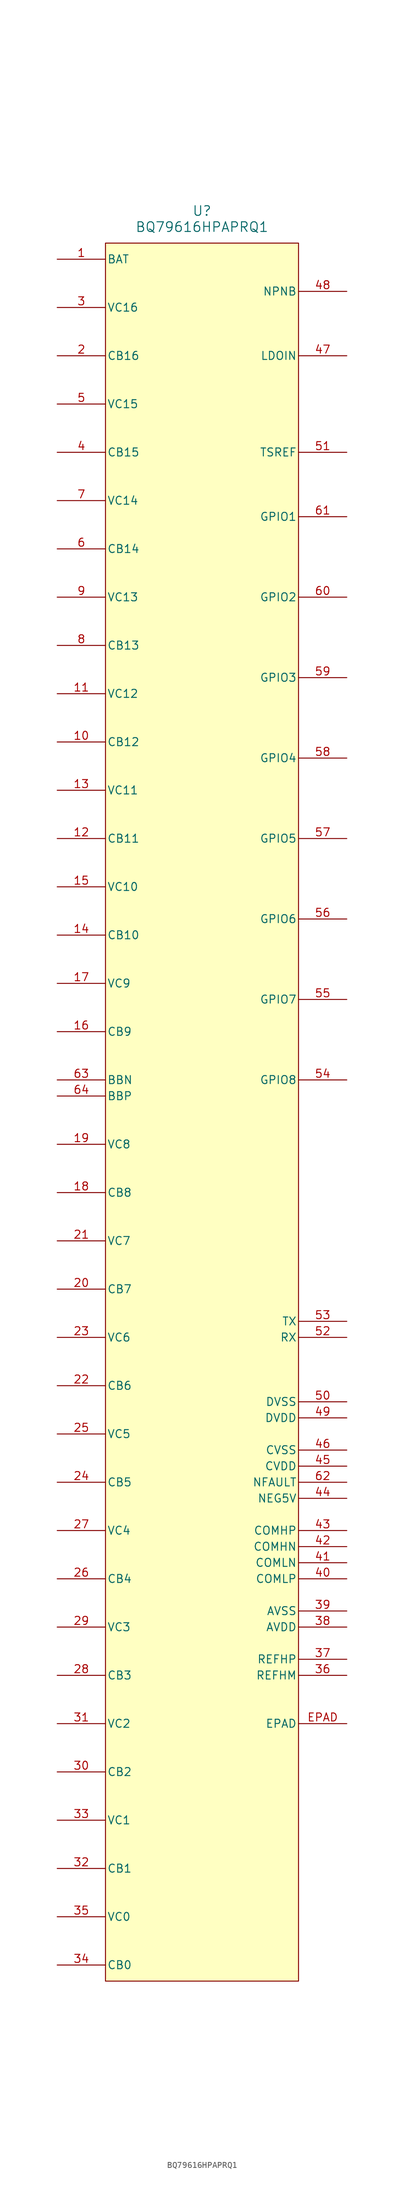
<source format=kicad_sym>
(kicad_symbol_lib
  (version 20231120)
  (generator "kicad_symbol_editor")
  (generator_version "8.0")
  (symbol "BQ79616HPAPRQ1"
    (pin_names
      (offset 0.254))
    (property "Reference" "U"
      (at 22.86 12.7 0)
      (effects (font (size 1.524 1.524))))
    (property "Value" "BQ79616HPAPRQ1"
      (at 22.86 10.16 0)
      (effects (font (size 1.524 1.524))))
    (property "ki_locked" ""
      (at 0 0 0)
      (effects (font (size 1.27 1.27))))
    (symbol "BQ79616HPAPRQ1_0_1"
      (pin power_in line (at 0 5.08 0) (length 7.62) (name "BAT" (effects (font (size 1.27 1.27)))) (number "1" (effects (font (size 1.27 1.27)))))
      (pin bidirectional line (at 0 -71.12 0) (length 7.62) (name "CB12" (effects (font (size 1.27 1.27)))) (number "10" (effects (font (size 1.27 1.27)))))
      (pin input line (at 0 -63.5 0) (length 7.62) (name "VC12" (effects (font (size 1.27 1.27)))) (number "11" (effects (font (size 1.27 1.27)))))
      (pin bidirectional line (at 0 -86.36 0) (length 7.62) (name "CB11" (effects (font (size 1.27 1.27)))) (number "12" (effects (font (size 1.27 1.27)))))
      (pin input line (at 0 -78.74 0) (length 7.62) (name "VC11" (effects (font (size 1.27 1.27)))) (number "13" (effects (font (size 1.27 1.27)))))
      (pin bidirectional line (at 0 -101.6 0) (length 7.62) (name "CB10" (effects (font (size 1.27 1.27)))) (number "14" (effects (font (size 1.27 1.27)))))
      (pin input line (at 0 -93.98 0) (length 7.62) (name "VC10" (effects (font (size 1.27 1.27)))) (number "15" (effects (font (size 1.27 1.27)))))
      (pin bidirectional line (at 0 -116.84 0) (length 7.62) (name "CB9" (effects (font (size 1.27 1.27)))) (number "16" (effects (font (size 1.27 1.27)))))
      (pin input line (at 0 -109.22 0) (length 7.62) (name "VC9" (effects (font (size 1.27 1.27)))) (number "17" (effects (font (size 1.27 1.27)))))
      (pin bidirectional line (at 0 -142.24 0) (length 7.62) (name "CB8" (effects (font (size 1.27 1.27)))) (number "18" (effects (font (size 1.27 1.27)))))
      (pin input line (at 0 -134.62 0) (length 7.62) (name "VC8" (effects (font (size 1.27 1.27)))) (number "19" (effects (font (size 1.27 1.27)))))
      (pin bidirectional line (at 0 -10.16 0) (length 7.62) (name "CB16" (effects (font (size 1.27 1.27)))) (number "2" (effects (font (size 1.27 1.27)))))
      (pin bidirectional line (at 0 -157.48 0) (length 7.62) (name "CB7" (effects (font (size 1.27 1.27)))) (number "20" (effects (font (size 1.27 1.27)))))
      (pin input line (at 0 -149.86 0) (length 7.62) (name "VC7" (effects (font (size 1.27 1.27)))) (number "21" (effects (font (size 1.27 1.27)))))
      (pin bidirectional line (at 0 -172.72 0) (length 7.62) (name "CB6" (effects (font (size 1.27 1.27)))) (number "22" (effects (font (size 1.27 1.27)))))
      (pin input line (at 0 -165.1 0) (length 7.62) (name "VC6" (effects (font (size 1.27 1.27)))) (number "23" (effects (font (size 1.27 1.27)))))
      (pin bidirectional line (at 0 -187.96 0) (length 7.62) (name "CB5" (effects (font (size 1.27 1.27)))) (number "24" (effects (font (size 1.27 1.27)))))
      (pin input line (at 0 -180.34 0) (length 7.62) (name "VC5" (effects (font (size 1.27 1.27)))) (number "25" (effects (font (size 1.27 1.27)))))
      (pin bidirectional line (at 0 -203.2 0) (length 7.62) (name "CB4" (effects (font (size 1.27 1.27)))) (number "26" (effects (font (size 1.27 1.27)))))
      (pin input line (at 0 -195.58 0) (length 7.62) (name "VC4" (effects (font (size 1.27 1.27)))) (number "27" (effects (font (size 1.27 1.27)))))
      (pin bidirectional line (at 0 -218.44 0) (length 7.62) (name "CB3" (effects (font (size 1.27 1.27)))) (number "28" (effects (font (size 1.27 1.27)))))
      (pin input line (at 0 -210.82 0) (length 7.62) (name "VC3" (effects (font (size 1.27 1.27)))) (number "29" (effects (font (size 1.27 1.27)))))
      (pin input line (at 0 -2.54 0) (length 7.62) (name "VC16" (effects (font (size 1.27 1.27)))) (number "3" (effects (font (size 1.27 1.27)))))
      (pin bidirectional line (at 0 -233.68 0) (length 7.62) (name "CB2" (effects (font (size 1.27 1.27)))) (number "30" (effects (font (size 1.27 1.27)))))
      (pin input line (at 0 -226.06 0) (length 7.62) (name "VC2" (effects (font (size 1.27 1.27)))) (number "31" (effects (font (size 1.27 1.27)))))
      (pin bidirectional line (at 0 -248.92 0) (length 7.62) (name "CB1" (effects (font (size 1.27 1.27)))) (number "32" (effects (font (size 1.27 1.27)))))
      (pin input line (at 0 -241.3 0) (length 7.62) (name "VC1" (effects (font (size 1.27 1.27)))) (number "33" (effects (font (size 1.27 1.27)))))
      (pin bidirectional line (at 0 -264.16 0) (length 7.62) (name "CB0" (effects (font (size 1.27 1.27)))) (number "34" (effects (font (size 1.27 1.27)))))
      (pin input line (at 0 -256.54 0) (length 7.62) (name "VC0" (effects (font (size 1.27 1.27)))) (number "35" (effects (font (size 1.27 1.27)))))
      (pin power_out line (at 45.72 -218.44 180) (length 7.62) (name "REFHM" (effects (font (size 1.27 1.27)))) (number "36" (effects (font (size 1.27 1.27)))))
      (pin power_in line (at 45.72 -215.9 180) (length 7.62) (name "REFHP" (effects (font (size 1.27 1.27)))) (number "37" (effects (font (size 1.27 1.27)))))
      (pin power_in line (at 45.72 -210.82 180) (length 7.62) (name "AVDD" (effects (font (size 1.27 1.27)))) (number "38" (effects (font (size 1.27 1.27)))))
      (pin power_out line (at 45.72 -208.28 180) (length 7.62) (name "AVSS" (effects (font (size 1.27 1.27)))) (number "39" (effects (font (size 1.27 1.27)))))
      (pin bidirectional line (at 0 -25.4 0) (length 7.62) (name "CB15" (effects (font (size 1.27 1.27)))) (number "4" (effects (font (size 1.27 1.27)))))
      (pin bidirectional line (at 45.72 -203.2 180) (length 7.62) (name "COMLP" (effects (font (size 1.27 1.27)))) (number "40" (effects (font (size 1.27 1.27)))))
      (pin bidirectional line (at 45.72 -200.66 180) (length 7.62) (name "COMLN" (effects (font (size 1.27 1.27)))) (number "41" (effects (font (size 1.27 1.27)))))
      (pin bidirectional line (at 45.72 -198.12 180) (length 7.62) (name "COMHN" (effects (font (size 1.27 1.27)))) (number "42" (effects (font (size 1.27 1.27)))))
      (pin bidirectional line (at 45.72 -195.58 180) (length 7.62) (name "COMHP" (effects (font (size 1.27 1.27)))) (number "43" (effects (font (size 1.27 1.27)))))
      (pin power_in line (at 45.72 -190.5 180) (length 7.62) (name "NEG5V" (effects (font (size 1.27 1.27)))) (number "44" (effects (font (size 1.27 1.27)))))
      (pin power_in line (at 45.72 -185.42 180) (length 7.62) (name "CVDD" (effects (font (size 1.27 1.27)))) (number "45" (effects (font (size 1.27 1.27)))))
      (pin power_out line (at 45.72 -182.88 180) (length 7.62) (name "CVSS" (effects (font (size 1.27 1.27)))) (number "46" (effects (font (size 1.27 1.27)))))
      (pin power_in line (at 45.72 -10.16 180) (length 7.62) (name "LDOIN" (effects (font (size 1.27 1.27)))) (number "47" (effects (font (size 1.27 1.27)))))
      (pin power_in line (at 45.72 0 180) (length 7.62) (name "NPNB" (effects (font (size 1.27 1.27)))) (number "48" (effects (font (size 1.27 1.27)))))
      (pin power_in line (at 45.72 -177.8 180) (length 7.62) (name "DVDD" (effects (font (size 1.27 1.27)))) (number "49" (effects (font (size 1.27 1.27)))))
      (pin input line (at 0 -17.78 0) (length 7.62) (name "VC15" (effects (font (size 1.27 1.27)))) (number "5" (effects (font (size 1.27 1.27)))))
      (pin power_out line (at 45.72 -175.26 180) (length 7.62) (name "DVSS" (effects (font (size 1.27 1.27)))) (number "50" (effects (font (size 1.27 1.27)))))
      (pin power_in line (at 45.72 -25.4 180) (length 7.62) (name "TSREF" (effects (font (size 1.27 1.27)))) (number "51" (effects (font (size 1.27 1.27)))))
      (pin input line (at 45.72 -165.1 180) (length 7.62) (name "RX" (effects (font (size 1.27 1.27)))) (number "52" (effects (font (size 1.27 1.27)))))
      (pin output line (at 45.72 -162.56 180) (length 7.62) (name "TX" (effects (font (size 1.27 1.27)))) (number "53" (effects (font (size 1.27 1.27)))))
      (pin bidirectional line (at 45.72 -124.46 180) (length 7.62) (name "GPIO8" (effects (font (size 1.27 1.27)))) (number "54" (effects (font (size 1.27 1.27)))))
      (pin bidirectional line (at 45.72 -111.76 180) (length 7.62) (name "GPIO7" (effects (font (size 1.27 1.27)))) (number "55" (effects (font (size 1.27 1.27)))))
      (pin bidirectional line (at 45.72 -99.06 180) (length 7.62) (name "GPIO6" (effects (font (size 1.27 1.27)))) (number "56" (effects (font (size 1.27 1.27)))))
      (pin bidirectional line (at 45.72 -86.36 180) (length 7.62) (name "GPIO5" (effects (font (size 1.27 1.27)))) (number "57" (effects (font (size 1.27 1.27)))))
      (pin bidirectional line (at 45.72 -73.66 180) (length 7.62) (name "GPIO4" (effects (font (size 1.27 1.27)))) (number "58" (effects (font (size 1.27 1.27)))))
      (pin bidirectional line (at 45.72 -60.96 180) (length 7.62) (name "GPIO3" (effects (font (size 1.27 1.27)))) (number "59" (effects (font (size 1.27 1.27)))))
      (pin bidirectional line (at 0 -40.64 0) (length 7.62) (name "CB14" (effects (font (size 1.27 1.27)))) (number "6" (effects (font (size 1.27 1.27)))))
      (pin bidirectional line (at 45.72 -48.26 180) (length 7.62) (name "GPIO2" (effects (font (size 1.27 1.27)))) (number "60" (effects (font (size 1.27 1.27)))))
      (pin bidirectional line (at 45.72 -35.56 180) (length 7.62) (name "GPIO1" (effects (font (size 1.27 1.27)))) (number "61" (effects (font (size 1.27 1.27)))))
      (pin output line (at 45.72 -187.96 180) (length 7.62) (name "NFAULT" (effects (font (size 1.27 1.27)))) (number "62" (effects (font (size 1.27 1.27)))))
      (pin input line (at 0 -124.46 0) (length 7.62) (name "BBN" (effects (font (size 1.27 1.27)))) (number "63" (effects (font (size 1.27 1.27)))))
      (pin input line (at 0 -127 0) (length 7.62) (name "BBP" (effects (font (size 1.27 1.27)))) (number "64" (effects (font (size 1.27 1.27)))))
      (pin input line (at 0 -33.02 0) (length 7.62) (name "VC14" (effects (font (size 1.27 1.27)))) (number "7" (effects (font (size 1.27 1.27)))))
      (pin bidirectional line (at 0 -55.88 0) (length 7.62) (name "CB13" (effects (font (size 1.27 1.27)))) (number "8" (effects (font (size 1.27 1.27)))))
      (pin input line (at 0 -48.26 0) (length 7.62) (name "VC13" (effects (font (size 1.27 1.27)))) (number "9" (effects (font (size 1.27 1.27)))))
      (pin unspecified line (at 45.72 -226.06 180) (length 7.62) (name "EPAD" (effects (font (size 1.27 1.27)))) (number "EPAD" (effects (font (size 1.27 1.27))))))
    (symbol "BQ79616HPAPRQ1_1_1"
      (rectangle (start 7.62 7.62) (end 38.1 -266.7) (stroke (width 0) (type default)) (fill (type background))))))
</source>
